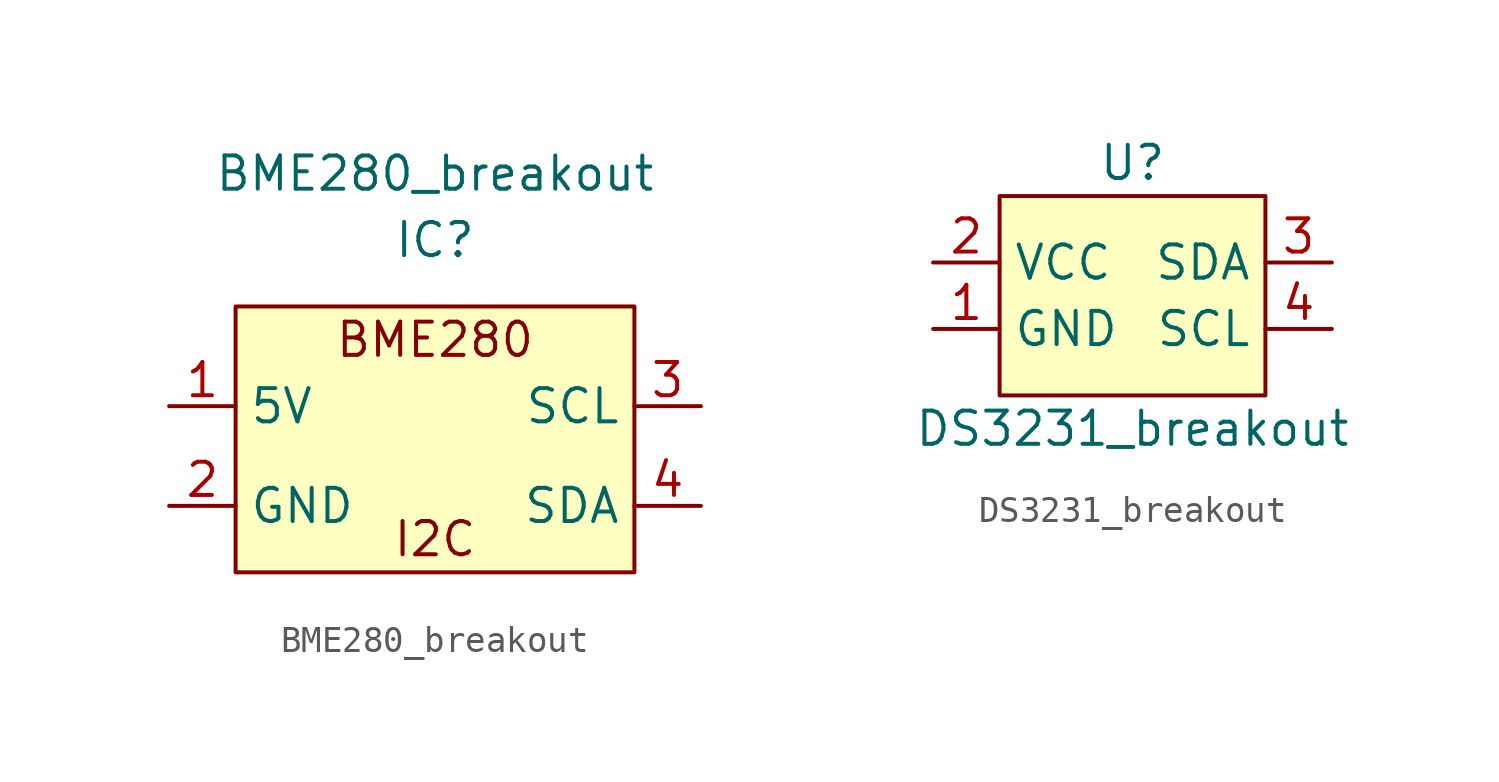
<source format=kicad_sym>
(kicad_symbol_lib
  (version 20211014)
  (generator kicad_symbol_editor)
  (symbol "BME280_breakout"
    (property "Reference" "IC"
      (at 0 0 0)
      (effects (font (size 1.27 1.27))))
    (property "Value" "BME280_breakout"
      (at 0 2.54 0)
      (effects (font (size 1.27 1.27))))
    (symbol "BME280_breakout_0_0"
      (text "BME280" (at 0 -3.81 0) (effects (font (size 1.27 1.27))))
      (text "I2C" (at 0 -11.43 0) (effects (font (size 1.27 1.27)))))
    (symbol "BME280_breakout_0_1"
      (rectangle (start -7.62 -2.54) (end 7.62 -12.7) (stroke (width 0.152) (type default) (color 0 0 0 0)) (fill (type background))))
    (symbol "BME280_breakout_1_1"
      (pin input line (at -10.16 -6.35 0) (length 2.54) (name "5V" (effects (font (size 1.27 1.27)))) (number "1" (effects (font (size 1.27 1.27)))))
      (pin input line (at -10.16 -10.16 0) (length 2.54) (name "GND" (effects (font (size 1.27 1.27)))) (number "2" (effects (font (size 1.27 1.27)))))
      (pin input line (at 10.16 -6.35 180) (length 2.54) (name "SCL" (effects (font (size 1.27 1.27)))) (number "3" (effects (font (size 1.27 1.27)))))
      (pin bidirectional line (at 10.16 -10.16 180) (length 2.54) (name "SDA" (effects (font (size 1.27 1.27)))) (number "4" (effects (font (size 1.27 1.27)))))))
  (symbol "DS3231_breakout"
    (property "Reference" "U"
      (at 0 0 0)
      (effects (font (size 1.27 1.27))))
    (property "Value" "DS3231_breakout"
      (at 0 -10.16 0)
      (effects (font (size 1.27 1.27))))
    (symbol "DS3231_breakout_0_1"
      (rectangle (start -5.08 -1.27) (end 5.08 -8.89) (stroke (width 0.152) (type default) (color 0 0 0 0)) (fill (type background))))
    (symbol "DS3231_breakout_1_1"
      (pin input line (at -7.62 -6.35 0) (length 2.54) (name "GND" (effects (font (size 1.27 1.27)))) (number "1" (effects (font (size 1.27 1.27)))))
      (pin input line (at -7.62 -3.81 0) (length 2.54) (name "VCC" (effects (font (size 1.27 1.27)))) (number "2" (effects (font (size 1.27 1.27)))))
      (pin bidirectional line (at 7.62 -3.81 180) (length 2.54) (name "SDA" (effects (font (size 1.27 1.27)))) (number "3" (effects (font (size 1.27 1.27)))))
      (pin input line (at 7.62 -6.35 180) (length 2.54) (name "SCL" (effects (font (size 1.27 1.27)))) (number "4" (effects (font (size 1.27 1.27))))))))
</source>
